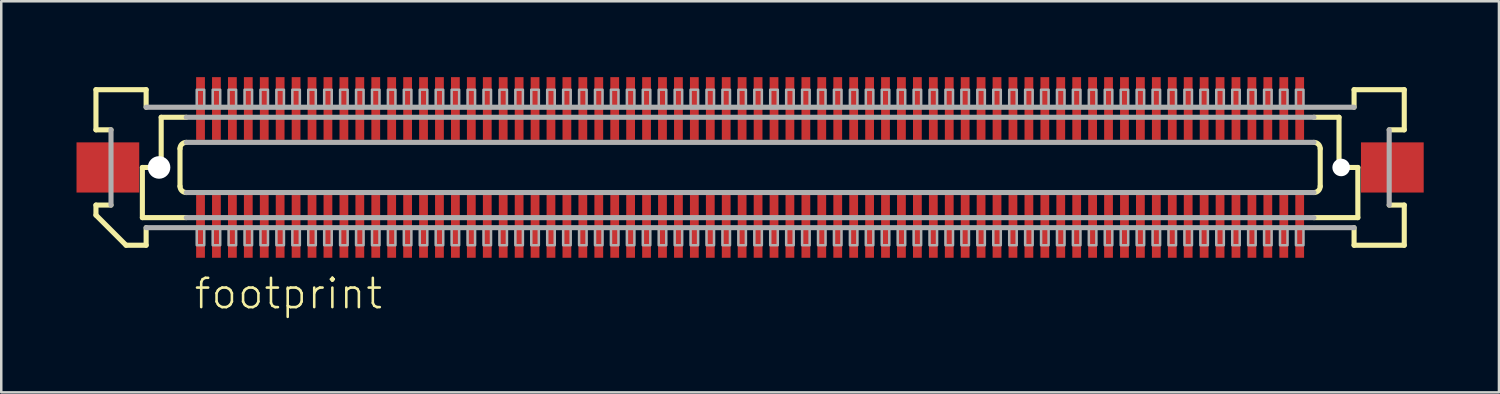
<source format=kicad_pcb>
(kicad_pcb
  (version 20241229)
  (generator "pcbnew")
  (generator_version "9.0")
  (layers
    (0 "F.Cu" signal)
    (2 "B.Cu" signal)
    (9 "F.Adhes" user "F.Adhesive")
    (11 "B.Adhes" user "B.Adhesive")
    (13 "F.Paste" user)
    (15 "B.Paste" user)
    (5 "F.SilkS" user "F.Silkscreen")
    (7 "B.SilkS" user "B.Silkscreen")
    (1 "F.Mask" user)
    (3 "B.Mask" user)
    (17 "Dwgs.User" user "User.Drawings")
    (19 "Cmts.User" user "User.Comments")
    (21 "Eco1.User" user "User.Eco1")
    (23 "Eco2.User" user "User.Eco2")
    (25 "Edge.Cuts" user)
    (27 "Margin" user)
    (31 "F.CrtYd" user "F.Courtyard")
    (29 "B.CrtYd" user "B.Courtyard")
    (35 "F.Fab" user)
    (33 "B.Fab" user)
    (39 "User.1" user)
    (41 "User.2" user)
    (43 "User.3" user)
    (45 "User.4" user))
  (footprint "footprint"
    (layer "F.Cu")
    (at 26.85 3.625)
    (property "Reference" "footprint" (at -22.225 5.715 0) (layer "F.SilkS") (effects (font (size 1.168 1.168) (thickness 0.102)) (justify left bottom)))
    (fp_poly (pts (xy -22.108 3.625) (xy -21.707 3.625) (xy -21.707 1.075) (xy -22.108 1.075)) (stroke (width 0) (type solid)) (fill yes) (layer "F.Mask"))
    (fp_poly (pts (xy -21.707 -3.625) (xy -22.108 -3.625) (xy -22.108 -1.075) (xy -21.707 -1.075)) (stroke (width 0) (type solid)) (fill yes) (layer "F.Mask"))
    (fp_poly (pts (xy -21.473 3.625) (xy -21.073 3.625) (xy -21.073 1.075) (xy -21.473 1.075)) (stroke (width 0) (type solid)) (fill yes) (layer "F.Mask"))
    (fp_poly (pts (xy -21.073 -3.625) (xy -21.473 -3.625) (xy -21.473 -1.075) (xy -21.073 -1.075)) (stroke (width 0) (type solid)) (fill yes) (layer "F.Mask"))
    (fp_poly (pts (xy -20.837 3.625) (xy -20.438 3.625) (xy -20.438 1.075) (xy -20.837 1.075)) (stroke (width 0) (type solid)) (fill yes) (layer "F.Mask"))
    (fp_poly (pts (xy -20.438 -3.625) (xy -20.837 -3.625) (xy -20.837 -1.075) (xy -20.438 -1.075)) (stroke (width 0) (type solid)) (fill yes) (layer "F.Mask"))
    (fp_poly (pts (xy -20.203 3.625) (xy -19.802 3.625) (xy -19.802 1.075) (xy -20.203 1.075)) (stroke (width 0) (type solid)) (fill yes) (layer "F.Mask"))
    (fp_poly (pts (xy -19.802 -3.625) (xy -20.203 -3.625) (xy -20.203 -1.075) (xy -19.802 -1.075)) (stroke (width 0) (type solid)) (fill yes) (layer "F.Mask"))
    (fp_poly (pts (xy -19.567 3.625) (xy -19.168 3.625) (xy -19.168 1.075) (xy -19.567 1.075)) (stroke (width 0) (type solid)) (fill yes) (layer "F.Mask"))
    (fp_poly (pts (xy -19.168 -3.625) (xy -19.567 -3.625) (xy -19.567 -1.075) (xy -19.168 -1.075)) (stroke (width 0) (type solid)) (fill yes) (layer "F.Mask"))
    (fp_poly (pts (xy -18.933 3.625) (xy -18.532 3.625) (xy -18.532 1.075) (xy -18.933 1.075)) (stroke (width 0) (type solid)) (fill yes) (layer "F.Mask"))
    (fp_poly (pts (xy -18.532 -3.625) (xy -18.933 -3.625) (xy -18.933 -1.075) (xy -18.532 -1.075)) (stroke (width 0) (type solid)) (fill yes) (layer "F.Mask"))
    (fp_poly (pts (xy -18.297 3.625) (xy -17.898 3.625) (xy -17.898 1.075) (xy -18.297 1.075)) (stroke (width 0) (type solid)) (fill yes) (layer "F.Mask"))
    (fp_poly (pts (xy -17.898 -3.625) (xy -18.297 -3.625) (xy -18.297 -1.075) (xy -17.898 -1.075)) (stroke (width 0) (type solid)) (fill yes) (layer "F.Mask"))
    (fp_poly (pts (xy -17.663 3.625) (xy -17.262 3.625) (xy -17.262 1.075) (xy -17.663 1.075)) (stroke (width 0) (type solid)) (fill yes) (layer "F.Mask"))
    (fp_poly (pts (xy -17.262 -3.625) (xy -17.663 -3.625) (xy -17.663 -1.075) (xy -17.262 -1.075)) (stroke (width 0) (type solid)) (fill yes) (layer "F.Mask"))
    (fp_poly (pts (xy -17.027 3.625) (xy -16.628 3.625) (xy -16.628 1.075) (xy -17.027 1.075)) (stroke (width 0) (type solid)) (fill yes) (layer "F.Mask"))
    (fp_poly (pts (xy -16.628 -3.625) (xy -17.027 -3.625) (xy -17.027 -1.075) (xy -16.628 -1.075)) (stroke (width 0) (type solid)) (fill yes) (layer "F.Mask"))
    (fp_poly (pts (xy -16.392 3.625) (xy -15.992 3.625) (xy -15.992 1.075) (xy -16.392 1.075)) (stroke (width 0) (type solid)) (fill yes) (layer "F.Mask"))
    (fp_poly (pts (xy -15.992 -3.625) (xy -16.392 -3.625) (xy -16.392 -1.075) (xy -15.992 -1.075)) (stroke (width 0) (type solid)) (fill yes) (layer "F.Mask"))
    (fp_poly (pts (xy -15.758 3.625) (xy -15.357 3.625) (xy -15.357 1.075) (xy -15.758 1.075)) (stroke (width 0) (type solid)) (fill yes) (layer "F.Mask"))
    (fp_poly (pts (xy -15.357 -3.625) (xy -15.758 -3.625) (xy -15.758 -1.075) (xy -15.357 -1.075)) (stroke (width 0) (type solid)) (fill yes) (layer "F.Mask"))
    (fp_poly (pts (xy -15.123 3.625) (xy -14.723 3.625) (xy -14.723 1.075) (xy -15.123 1.075)) (stroke (width 0) (type solid)) (fill yes) (layer "F.Mask"))
    (fp_poly (pts (xy -14.723 -3.625) (xy -15.123 -3.625) (xy -15.123 -1.075) (xy -14.723 -1.075)) (stroke (width 0) (type solid)) (fill yes) (layer "F.Mask"))
    (fp_poly (pts (xy -14.488 3.625) (xy -14.088 3.625) (xy -14.088 1.075) (xy -14.488 1.075)) (stroke (width 0) (type solid)) (fill yes) (layer "F.Mask"))
    (fp_poly (pts (xy -14.088 -3.625) (xy -14.488 -3.625) (xy -14.488 -1.075) (xy -14.088 -1.075)) (stroke (width 0) (type solid)) (fill yes) (layer "F.Mask"))
    (fp_poly (pts (xy -13.852 3.625) (xy -13.453 3.625) (xy -13.453 1.075) (xy -13.852 1.075)) (stroke (width 0) (type solid)) (fill yes) (layer "F.Mask"))
    (fp_poly (pts (xy -13.453 -3.625) (xy -13.852 -3.625) (xy -13.852 -1.075) (xy -13.453 -1.075)) (stroke (width 0) (type solid)) (fill yes) (layer "F.Mask"))
    (fp_poly (pts (xy -13.217 3.625) (xy -12.818 3.625) (xy -12.818 1.075) (xy -13.217 1.075)) (stroke (width 0) (type solid)) (fill yes) (layer "F.Mask"))
    (fp_poly (pts (xy -12.818 -3.625) (xy -13.217 -3.625) (xy -13.217 -1.075) (xy -12.818 -1.075)) (stroke (width 0) (type solid)) (fill yes) (layer "F.Mask"))
    (fp_poly (pts (xy -12.582 3.625) (xy -12.182 3.625) (xy -12.182 1.075) (xy -12.582 1.075)) (stroke (width 0) (type solid)) (fill yes) (layer "F.Mask"))
    (fp_poly (pts (xy -12.182 -3.625) (xy -12.582 -3.625) (xy -12.582 -1.075) (xy -12.182 -1.075)) (stroke (width 0) (type solid)) (fill yes) (layer "F.Mask"))
    (fp_poly (pts (xy -11.947 3.625) (xy -11.547 3.625) (xy -11.547 1.075) (xy -11.947 1.075)) (stroke (width 0) (type solid)) (fill yes) (layer "F.Mask"))
    (fp_poly (pts (xy -11.547 -3.625) (xy -11.947 -3.625) (xy -11.947 -1.075) (xy -11.547 -1.075)) (stroke (width 0) (type solid)) (fill yes) (layer "F.Mask"))
    (fp_poly (pts (xy -11.312 3.625) (xy -10.912 3.625) (xy -10.912 1.075) (xy -11.312 1.075)) (stroke (width 0) (type solid)) (fill yes) (layer "F.Mask"))
    (fp_poly (pts (xy -10.912 -3.625) (xy -11.312 -3.625) (xy -11.312 -1.075) (xy -10.912 -1.075)) (stroke (width 0) (type solid)) (fill yes) (layer "F.Mask"))
    (fp_poly (pts (xy -10.678 3.625) (xy -10.277 3.625) (xy -10.277 1.075) (xy -10.678 1.075)) (stroke (width 0) (type solid)) (fill yes) (layer "F.Mask"))
    (fp_poly (pts (xy -10.277 -3.625) (xy -10.678 -3.625) (xy -10.678 -1.075) (xy -10.277 -1.075)) (stroke (width 0) (type solid)) (fill yes) (layer "F.Mask"))
    (fp_poly (pts (xy -10.043 3.625) (xy -9.643 3.625) (xy -9.643 1.075) (xy -10.043 1.075)) (stroke (width 0) (type solid)) (fill yes) (layer "F.Mask"))
    (fp_poly (pts (xy -9.643 -3.625) (xy -10.043 -3.625) (xy -10.043 -1.075) (xy -9.643 -1.075)) (stroke (width 0) (type solid)) (fill yes) (layer "F.Mask"))
    (fp_poly (pts (xy -9.408 3.625) (xy -9.008 3.625) (xy -9.008 1.075) (xy -9.408 1.075)) (stroke (width 0) (type solid)) (fill yes) (layer "F.Mask"))
    (fp_poly (pts (xy -9.008 -3.625) (xy -9.408 -3.625) (xy -9.408 -1.075) (xy -9.008 -1.075)) (stroke (width 0) (type solid)) (fill yes) (layer "F.Mask"))
    (fp_poly (pts (xy -8.773 3.625) (xy -8.373 3.625) (xy -8.373 1.075) (xy -8.773 1.075)) (stroke (width 0) (type solid)) (fill yes) (layer "F.Mask"))
    (fp_poly (pts (xy -8.373 -3.625) (xy -8.773 -3.625) (xy -8.773 -1.075) (xy -8.373 -1.075)) (stroke (width 0) (type solid)) (fill yes) (layer "F.Mask"))
    (fp_poly (pts (xy -8.137 3.625) (xy -7.737 3.625) (xy -7.737 1.075) (xy -8.137 1.075)) (stroke (width 0) (type solid)) (fill yes) (layer "F.Mask"))
    (fp_poly (pts (xy -7.737 -3.625) (xy -8.137 -3.625) (xy -8.137 -1.075) (xy -7.737 -1.075)) (stroke (width 0) (type solid)) (fill yes) (layer "F.Mask"))
    (fp_poly (pts (xy -7.503 3.625) (xy -7.103 3.625) (xy -7.103 1.075) (xy -7.503 1.075)) (stroke (width 0) (type solid)) (fill yes) (layer "F.Mask"))
    (fp_poly (pts (xy -7.103 -3.625) (xy -7.503 -3.625) (xy -7.503 -1.075) (xy -7.103 -1.075)) (stroke (width 0) (type solid)) (fill yes) (layer "F.Mask"))
    (fp_poly (pts (xy -6.867 3.625) (xy -6.468 3.625) (xy -6.468 1.075) (xy -6.867 1.075)) (stroke (width 0) (type solid)) (fill yes) (layer "F.Mask"))
    (fp_poly (pts (xy -6.468 -3.625) (xy -6.867 -3.625) (xy -6.867 -1.075) (xy -6.468 -1.075)) (stroke (width 0) (type solid)) (fill yes) (layer "F.Mask"))
    (fp_poly (pts (xy -6.232 3.625) (xy -5.832 3.625) (xy -5.832 1.075) (xy -6.232 1.075)) (stroke (width 0) (type solid)) (fill yes) (layer "F.Mask"))
    (fp_poly (pts (xy -5.832 -3.625) (xy -6.232 -3.625) (xy -6.232 -1.075) (xy -5.832 -1.075)) (stroke (width 0) (type solid)) (fill yes) (layer "F.Mask"))
    (fp_poly (pts (xy -5.598 3.625) (xy -5.197 3.625) (xy -5.197 1.075) (xy -5.598 1.075)) (stroke (width 0) (type solid)) (fill yes) (layer "F.Mask"))
    (fp_poly (pts (xy -5.197 -3.625) (xy -5.598 -3.625) (xy -5.598 -1.075) (xy -5.197 -1.075)) (stroke (width 0) (type solid)) (fill yes) (layer "F.Mask"))
    (fp_poly (pts (xy -4.963 3.625) (xy -4.562 3.625) (xy -4.562 1.075) (xy -4.963 1.075)) (stroke (width 0) (type solid)) (fill yes) (layer "F.Mask"))
    (fp_poly (pts (xy -4.562 -3.625) (xy -4.963 -3.625) (xy -4.963 -1.075) (xy -4.562 -1.075)) (stroke (width 0) (type solid)) (fill yes) (layer "F.Mask"))
    (fp_poly (pts (xy -4.327 3.625) (xy -3.928 3.625) (xy -3.928 1.075) (xy -4.327 1.075)) (stroke (width 0) (type solid)) (fill yes) (layer "F.Mask"))
    (fp_poly (pts (xy -3.928 -3.625) (xy -4.327 -3.625) (xy -4.327 -1.075) (xy -3.928 -1.075)) (stroke (width 0) (type solid)) (fill yes) (layer "F.Mask"))
    (fp_poly (pts (xy -3.692 3.625) (xy -3.292 3.625) (xy -3.292 1.075) (xy -3.692 1.075)) (stroke (width 0) (type solid)) (fill yes) (layer "F.Mask"))
    (fp_poly (pts (xy -3.292 -3.625) (xy -3.692 -3.625) (xy -3.692 -1.075) (xy -3.292 -1.075)) (stroke (width 0) (type solid)) (fill yes) (layer "F.Mask"))
    (fp_poly (pts (xy -3.058 3.625) (xy -2.658 3.625) (xy -2.658 1.075) (xy -3.058 1.075)) (stroke (width 0) (type solid)) (fill yes) (layer "F.Mask"))
    (fp_poly (pts (xy -2.658 -3.625) (xy -3.058 -3.625) (xy -3.058 -1.075) (xy -2.658 -1.075)) (stroke (width 0) (type solid)) (fill yes) (layer "F.Mask"))
    (fp_poly (pts (xy -2.422 3.625) (xy -2.022 3.625) (xy -2.022 1.075) (xy -2.422 1.075)) (stroke (width 0) (type solid)) (fill yes) (layer "F.Mask"))
    (fp_poly (pts (xy -2.022 -3.625) (xy -2.422 -3.625) (xy -2.422 -1.075) (xy -2.022 -1.075)) (stroke (width 0) (type solid)) (fill yes) (layer "F.Mask"))
    (fp_poly (pts (xy -1.788 3.625) (xy -1.387 3.625) (xy -1.387 1.075) (xy -1.788 1.075)) (stroke (width 0) (type solid)) (fill yes) (layer "F.Mask"))
    (fp_poly (pts (xy -1.387 -3.625) (xy -1.788 -3.625) (xy -1.788 -1.075) (xy -1.387 -1.075)) (stroke (width 0) (type solid)) (fill yes) (layer "F.Mask"))
    (fp_poly (pts (xy -1.153 3.625) (xy -0.752 3.625) (xy -0.752 1.075) (xy -1.153 1.075)) (stroke (width 0) (type solid)) (fill yes) (layer "F.Mask"))
    (fp_poly (pts (xy -0.752 -3.625) (xy -1.153 -3.625) (xy -1.153 -1.075) (xy -0.752 -1.075)) (stroke (width 0) (type solid)) (fill yes) (layer "F.Mask"))
    (fp_poly (pts (xy -0.517 3.625) (xy -0.117 3.625) (xy -0.117 1.075) (xy -0.517 1.075)) (stroke (width 0) (type solid)) (fill yes) (layer "F.Mask"))
    (fp_poly (pts (xy -0.117 -3.625) (xy -0.517 -3.625) (xy -0.517 -1.075) (xy -0.117 -1.075)) (stroke (width 0) (type solid)) (fill yes) (layer "F.Mask"))
    (fp_poly (pts (xy 0.117 3.625) (xy 0.517 3.625) (xy 0.517 1.075) (xy 0.117 1.075)) (stroke (width 0) (type solid)) (fill yes) (layer "F.Mask"))
    (fp_poly (pts (xy 0.517 -3.625) (xy 0.117 -3.625) (xy 0.117 -1.075) (xy 0.517 -1.075)) (stroke (width 0) (type solid)) (fill yes) (layer "F.Mask"))
    (fp_poly (pts (xy 0.752 3.625) (xy 1.153 3.625) (xy 1.153 1.075) (xy 0.752 1.075)) (stroke (width 0) (type solid)) (fill yes) (layer "F.Mask"))
    (fp_poly (pts (xy 1.153 -3.625) (xy 0.752 -3.625) (xy 0.752 -1.075) (xy 1.153 -1.075)) (stroke (width 0) (type solid)) (fill yes) (layer "F.Mask"))
    (fp_poly (pts (xy 1.387 3.625) (xy 1.788 3.625) (xy 1.788 1.075) (xy 1.387 1.075)) (stroke (width 0) (type solid)) (fill yes) (layer "F.Mask"))
    (fp_poly (pts (xy 1.788 -3.625) (xy 1.387 -3.625) (xy 1.387 -1.075) (xy 1.788 -1.075)) (stroke (width 0) (type solid)) (fill yes) (layer "F.Mask"))
    (fp_poly (pts (xy 2.022 3.625) (xy 2.422 3.625) (xy 2.422 1.075) (xy 2.022 1.075)) (stroke (width 0) (type solid)) (fill yes) (layer "F.Mask"))
    (fp_poly (pts (xy 2.422 -3.625) (xy 2.022 -3.625) (xy 2.022 -1.075) (xy 2.422 -1.075)) (stroke (width 0) (type solid)) (fill yes) (layer "F.Mask"))
    (fp_poly (pts (xy 2.658 3.625) (xy 3.058 3.625) (xy 3.058 1.075) (xy 2.658 1.075)) (stroke (width 0) (type solid)) (fill yes) (layer "F.Mask"))
    (fp_poly (pts (xy 3.058 -3.625) (xy 2.658 -3.625) (xy 2.658 -1.075) (xy 3.058 -1.075)) (stroke (width 0) (type solid)) (fill yes) (layer "F.Mask"))
    (fp_poly (pts (xy 3.292 3.625) (xy 3.692 3.625) (xy 3.692 1.075) (xy 3.292 1.075)) (stroke (width 0) (type solid)) (fill yes) (layer "F.Mask"))
    (fp_poly (pts (xy 3.692 -3.625) (xy 3.292 -3.625) (xy 3.292 -1.075) (xy 3.692 -1.075)) (stroke (width 0) (type solid)) (fill yes) (layer "F.Mask"))
    (fp_poly (pts (xy 3.928 3.625) (xy 4.327 3.625) (xy 4.327 1.075) (xy 3.928 1.075)) (stroke (width 0) (type solid)) (fill yes) (layer "F.Mask"))
    (fp_poly (pts (xy 4.327 -3.625) (xy 3.928 -3.625) (xy 3.928 -1.075) (xy 4.327 -1.075)) (stroke (width 0) (type solid)) (fill yes) (layer "F.Mask"))
    (fp_poly (pts (xy 4.562 3.625) (xy 4.963 3.625) (xy 4.963 1.075) (xy 4.562 1.075)) (stroke (width 0) (type solid)) (fill yes) (layer "F.Mask"))
    (fp_poly (pts (xy 4.963 -3.625) (xy 4.562 -3.625) (xy 4.562 -1.075) (xy 4.963 -1.075)) (stroke (width 0) (type solid)) (fill yes) (layer "F.Mask"))
    (fp_poly (pts (xy 5.197 3.625) (xy 5.598 3.625) (xy 5.598 1.075) (xy 5.197 1.075)) (stroke (width 0) (type solid)) (fill yes) (layer "F.Mask"))
    (fp_poly (pts (xy 5.598 -3.625) (xy 5.197 -3.625) (xy 5.197 -1.075) (xy 5.598 -1.075)) (stroke (width 0) (type solid)) (fill yes) (layer "F.Mask"))
    (fp_poly (pts (xy 5.832 3.625) (xy 6.232 3.625) (xy 6.232 1.075) (xy 5.832 1.075)) (stroke (width 0) (type solid)) (fill yes) (layer "F.Mask"))
    (fp_poly (pts (xy 6.232 -3.625) (xy 5.832 -3.625) (xy 5.832 -1.075) (xy 6.232 -1.075)) (stroke (width 0) (type solid)) (fill yes) (layer "F.Mask"))
    (fp_poly (pts (xy 6.468 3.625) (xy 6.867 3.625) (xy 6.867 1.075) (xy 6.468 1.075)) (stroke (width 0) (type solid)) (fill yes) (layer "F.Mask"))
    (fp_poly (pts (xy 6.867 -3.625) (xy 6.468 -3.625) (xy 6.468 -1.075) (xy 6.867 -1.075)) (stroke (width 0) (type solid)) (fill yes) (layer "F.Mask"))
    (fp_poly (pts (xy 7.103 3.625) (xy 7.503 3.625) (xy 7.503 1.075) (xy 7.103 1.075)) (stroke (width 0) (type solid)) (fill yes) (layer "F.Mask"))
    (fp_poly (pts (xy 7.503 -3.625) (xy 7.103 -3.625) (xy 7.103 -1.075) (xy 7.503 -1.075)) (stroke (width 0) (type solid)) (fill yes) (layer "F.Mask"))
    (fp_poly (pts (xy 7.737 3.625) (xy 8.137 3.625) (xy 8.137 1.075) (xy 7.737 1.075)) (stroke (width 0) (type solid)) (fill yes) (layer "F.Mask"))
    (fp_poly (pts (xy 8.137 -3.625) (xy 7.737 -3.625) (xy 7.737 -1.075) (xy 8.137 -1.075)) (stroke (width 0) (type solid)) (fill yes) (layer "F.Mask"))
    (fp_poly (pts (xy 8.373 3.625) (xy 8.773 3.625) (xy 8.773 1.075) (xy 8.373 1.075)) (stroke (width 0) (type solid)) (fill yes) (layer "F.Mask"))
    (fp_poly (pts (xy 8.773 -3.625) (xy 8.373 -3.625) (xy 8.373 -1.075) (xy 8.773 -1.075)) (stroke (width 0) (type solid)) (fill yes) (layer "F.Mask"))
    (fp_poly (pts (xy 9.008 3.625) (xy 9.408 3.625) (xy 9.408 1.075) (xy 9.008 1.075)) (stroke (width 0) (type solid)) (fill yes) (layer "F.Mask"))
    (fp_poly (pts (xy 9.408 -3.625) (xy 9.008 -3.625) (xy 9.008 -1.075) (xy 9.408 -1.075)) (stroke (width 0) (type solid)) (fill yes) (layer "F.Mask"))
    (fp_poly (pts (xy 9.643 3.625) (xy 10.043 3.625) (xy 10.043 1.075) (xy 9.643 1.075)) (stroke (width 0) (type solid)) (fill yes) (layer "F.Mask"))
    (fp_poly (pts (xy 10.043 -3.625) (xy 9.643 -3.625) (xy 9.643 -1.075) (xy 10.043 -1.075)) (stroke (width 0) (type solid)) (fill yes) (layer "F.Mask"))
    (fp_poly (pts (xy 10.277 3.625) (xy 10.678 3.625) (xy 10.678 1.075) (xy 10.277 1.075)) (stroke (width 0) (type solid)) (fill yes) (layer "F.Mask"))
    (fp_poly (pts (xy 10.678 -3.625) (xy 10.277 -3.625) (xy 10.277 -1.075) (xy 10.678 -1.075)) (stroke (width 0) (type solid)) (fill yes) (layer "F.Mask"))
    (fp_poly (pts (xy 10.912 3.625) (xy 11.312 3.625) (xy 11.312 1.075) (xy 10.912 1.075)) (stroke (width 0) (type solid)) (fill yes) (layer "F.Mask"))
    (fp_poly (pts (xy 11.312 -3.625) (xy 10.912 -3.625) (xy 10.912 -1.075) (xy 11.312 -1.075)) (stroke (width 0) (type solid)) (fill yes) (layer "F.Mask"))
    (fp_poly (pts (xy 11.547 3.625) (xy 11.947 3.625) (xy 11.947 1.075) (xy 11.547 1.075)) (stroke (width 0) (type solid)) (fill yes) (layer "F.Mask"))
    (fp_poly (pts (xy 11.947 -3.625) (xy 11.547 -3.625) (xy 11.547 -1.075) (xy 11.947 -1.075)) (stroke (width 0) (type solid)) (fill yes) (layer "F.Mask"))
    (fp_poly (pts (xy 12.182 3.625) (xy 12.582 3.625) (xy 12.582 1.075) (xy 12.182 1.075)) (stroke (width 0) (type solid)) (fill yes) (layer "F.Mask"))
    (fp_poly (pts (xy 12.582 -3.625) (xy 12.182 -3.625) (xy 12.182 -1.075) (xy 12.582 -1.075)) (stroke (width 0) (type solid)) (fill yes) (layer "F.Mask"))
    (fp_poly (pts (xy 12.818 3.625) (xy 13.217 3.625) (xy 13.217 1.075) (xy 12.818 1.075)) (stroke (width 0) (type solid)) (fill yes) (layer "F.Mask"))
    (fp_poly (pts (xy 13.217 -3.625) (xy 12.818 -3.625) (xy 12.818 -1.075) (xy 13.217 -1.075)) (stroke (width 0) (type solid)) (fill yes) (layer "F.Mask"))
    (fp_poly (pts (xy 13.453 3.625) (xy 13.852 3.625) (xy 13.852 1.075) (xy 13.453 1.075)) (stroke (width 0) (type solid)) (fill yes) (layer "F.Mask"))
    (fp_poly (pts (xy 13.852 -3.625) (xy 13.453 -3.625) (xy 13.453 -1.075) (xy 13.852 -1.075)) (stroke (width 0) (type solid)) (fill yes) (layer "F.Mask"))
    (fp_poly (pts (xy 14.088 3.625) (xy 14.488 3.625) (xy 14.488 1.075) (xy 14.088 1.075)) (stroke (width 0) (type solid)) (fill yes) (layer "F.Mask"))
    (fp_poly (pts (xy 14.488 -3.625) (xy 14.088 -3.625) (xy 14.088 -1.075) (xy 14.488 -1.075)) (stroke (width 0) (type solid)) (fill yes) (layer "F.Mask"))
    (fp_poly (pts (xy 14.723 3.625) (xy 15.123 3.625) (xy 15.123 1.075) (xy 14.723 1.075)) (stroke (width 0) (type solid)) (fill yes) (layer "F.Mask"))
    (fp_poly (pts (xy 15.123 -3.625) (xy 14.723 -3.625) (xy 14.723 -1.075) (xy 15.123 -1.075)) (stroke (width 0) (type solid)) (fill yes) (layer "F.Mask"))
    (fp_poly (pts (xy 15.357 3.625) (xy 15.758 3.625) (xy 15.758 1.075) (xy 15.357 1.075)) (stroke (width 0) (type solid)) (fill yes) (layer "F.Mask"))
    (fp_poly (pts (xy 15.758 -3.625) (xy 15.357 -3.625) (xy 15.357 -1.075) (xy 15.758 -1.075)) (stroke (width 0) (type solid)) (fill yes) (layer "F.Mask"))
    (fp_poly (pts (xy 15.992 3.625) (xy 16.392 3.625) (xy 16.392 1.075) (xy 15.992 1.075)) (stroke (width 0) (type solid)) (fill yes) (layer "F.Mask"))
    (fp_poly (pts (xy 16.392 -3.625) (xy 15.992 -3.625) (xy 15.992 -1.075) (xy 16.392 -1.075)) (stroke (width 0) (type solid)) (fill yes) (layer "F.Mask"))
    (fp_poly (pts (xy 16.628 3.625) (xy 17.027 3.625) (xy 17.027 1.075) (xy 16.628 1.075)) (stroke (width 0) (type solid)) (fill yes) (layer "F.Mask"))
    (fp_poly (pts (xy 17.027 -3.625) (xy 16.628 -3.625) (xy 16.628 -1.075) (xy 17.027 -1.075)) (stroke (width 0) (type solid)) (fill yes) (layer "F.Mask"))
    (fp_poly (pts (xy 17.262 3.625) (xy 17.663 3.625) (xy 17.663 1.075) (xy 17.262 1.075)) (stroke (width 0) (type solid)) (fill yes) (layer "F.Mask"))
    (fp_poly (pts (xy 17.663 -3.625) (xy 17.262 -3.625) (xy 17.262 -1.075) (xy 17.663 -1.075)) (stroke (width 0) (type solid)) (fill yes) (layer "F.Mask"))
    (fp_poly (pts (xy 17.898 3.625) (xy 18.297 3.625) (xy 18.297 1.075) (xy 17.898 1.075)) (stroke (width 0) (type solid)) (fill yes) (layer "F.Mask"))
    (fp_poly (pts (xy 18.297 -3.625) (xy 17.898 -3.625) (xy 17.898 -1.075) (xy 18.297 -1.075)) (stroke (width 0) (type solid)) (fill yes) (layer "F.Mask"))
    (fp_poly (pts (xy 18.532 3.625) (xy 18.933 3.625) (xy 18.933 1.075) (xy 18.532 1.075)) (stroke (width 0) (type solid)) (fill yes) (layer "F.Mask"))
    (fp_poly (pts (xy 18.933 -3.625) (xy 18.532 -3.625) (xy 18.532 -1.075) (xy 18.933 -1.075)) (stroke (width 0) (type solid)) (fill yes) (layer "F.Mask"))
    (fp_poly (pts (xy 19.168 3.625) (xy 19.567 3.625) (xy 19.567 1.075) (xy 19.168 1.075)) (stroke (width 0) (type solid)) (fill yes) (layer "F.Mask"))
    (fp_poly (pts (xy 19.567 -3.625) (xy 19.168 -3.625) (xy 19.168 -1.075) (xy 19.567 -1.075)) (stroke (width 0) (type solid)) (fill yes) (layer "F.Mask"))
    (fp_poly (pts (xy 19.802 3.625) (xy 20.203 3.625) (xy 20.203 1.075) (xy 19.802 1.075)) (stroke (width 0) (type solid)) (fill yes) (layer "F.Mask"))
    (fp_poly (pts (xy 20.203 -3.625) (xy 19.802 -3.625) (xy 19.802 -1.075) (xy 20.203 -1.075)) (stroke (width 0) (type solid)) (fill yes) (layer "F.Mask"))
    (fp_poly (pts (xy 20.438 3.625) (xy 20.837 3.625) (xy 20.837 1.075) (xy 20.438 1.075)) (stroke (width 0) (type solid)) (fill yes) (layer "F.Mask"))
    (fp_poly (pts (xy 20.837 -3.625) (xy 20.438 -3.625) (xy 20.438 -1.075) (xy 20.837 -1.075)) (stroke (width 0) (type solid)) (fill yes) (layer "F.Mask"))
    (fp_poly (pts (xy 21.073 3.625) (xy 21.473 3.625) (xy 21.473 1.075) (xy 21.073 1.075)) (stroke (width 0) (type solid)) (fill yes) (layer "F.Mask"))
    (fp_poly (pts (xy 21.473 -3.625) (xy 21.073 -3.625) (xy 21.073 -1.075) (xy 21.473 -1.075)) (stroke (width 0) (type solid)) (fill yes) (layer "F.Mask"))
    (fp_poly (pts (xy 21.707 3.625) (xy 22.108 3.625) (xy 22.108 1.075) (xy 21.707 1.075)) (stroke (width 0) (type solid)) (fill yes) (layer "F.Mask"))
    (fp_poly (pts (xy 22.108 -3.625) (xy 21.707 -3.625) (xy 21.707 -1.075) (xy 22.108 -1.075)) (stroke (width 0) (type solid)) (fill yes) (layer "F.Mask"))
    (fp_line (start -26.075 -3.1) (end -24.075 -3.1) (stroke (width 0.203) (type solid)) (layer "F.SilkS"))
    (fp_line (start -26.075 -1.5) (end -26.075 -3.1) (stroke (width 0.203) (type solid)) (layer "F.SilkS"))
    (fp_line (start -26.075 1.5) (end -25.475 1.5) (stroke (width 0.203) (type solid)) (layer "F.SilkS"))
    (fp_line (start -26.075 1.9) (end -26.075 1.5) (stroke (width 0.203) (type solid)) (layer "F.SilkS"))
    (fp_line (start -25.475 -1.5) (end -26.075 -1.5) (stroke (width 0.203) (type solid)) (layer "F.SilkS"))
    (fp_line (start -24.875 3.1) (end -26.075 1.9) (stroke (width 0.203) (type solid)) (layer "F.SilkS"))
    (fp_line (start -24.225 0) (end -24.225 2) (stroke (width 0.203) (type solid)) (layer "F.SilkS"))
    (fp_line (start -24.225 2) (end -22.475 2) (stroke (width 0.203) (type solid)) (layer "F.SilkS"))
    (fp_line (start -24.075 -3.1) (end -24.075 -2.4) (stroke (width 0.203) (type solid)) (layer "F.SilkS"))
    (fp_line (start -24.075 2.4) (end -24.075 3.1) (stroke (width 0.203) (type solid)) (layer "F.SilkS"))
    (fp_line (start -24.075 3.1) (end -24.875 3.1) (stroke (width 0.203) (type solid)) (layer "F.SilkS"))
    (fp_line (start -23.475 -2) (end -23.475 0) (stroke (width 0.203) (type solid)) (layer "F.SilkS"))
    (fp_line (start -23.475 0) (end -24.225 0) (stroke (width 0.203) (type solid)) (layer "F.SilkS"))
    (fp_line (start -22.725 0.75) (end -22.725 -0.75) (stroke (width 0.203) (type solid)) (layer "F.SilkS"))
    (fp_line (start -22.475 -2) (end -23.475 -2) (stroke (width 0.203) (type solid)) (layer "F.SilkS"))
    (fp_line (start 22.475 2) (end 24.225 2) (stroke (width 0.203) (type solid)) (layer "F.SilkS"))
    (fp_line (start 22.725 -0.75) (end 22.725 0.75) (stroke (width 0.203) (type solid)) (layer "F.SilkS"))
    (fp_line (start 23.475 -2) (end 22.475 -2) (stroke (width 0.203) (type solid)) (layer "F.SilkS"))
    (fp_line (start 23.475 -2) (end 23.475 0) (stroke (width 0.203) (type solid)) (layer "F.SilkS"))
    (fp_line (start 24.075 -3.1) (end 26.075 -3.1) (stroke (width 0.203) (type solid)) (layer "F.SilkS"))
    (fp_line (start 24.075 -2.4) (end 24.075 -3.1) (stroke (width 0.203) (type solid)) (layer "F.SilkS"))
    (fp_line (start 24.075 3.1) (end 24.075 2.4) (stroke (width 0.203) (type solid)) (layer "F.SilkS"))
    (fp_line (start 24.225 0) (end 23.475 0) (stroke (width 0.203) (type solid)) (layer "F.SilkS"))
    (fp_line (start 24.225 0) (end 24.225 2) (stroke (width 0.203) (type solid)) (layer "F.SilkS"))
    (fp_line (start 25.475 1.5) (end 26.075 1.5) (stroke (width 0.203) (type solid)) (layer "F.SilkS"))
    (fp_line (start 26.075 -3.1) (end 26.075 -1.5) (stroke (width 0.203) (type solid)) (layer "F.SilkS"))
    (fp_line (start 26.075 -1.5) (end 25.475 -1.5) (stroke (width 0.203) (type solid)) (layer "F.SilkS"))
    (fp_line (start 26.075 1.5) (end 26.075 3.1) (stroke (width 0.203) (type solid)) (layer "F.SilkS"))
    (fp_line (start 26.075 3.1) (end 24.075 3.1) (stroke (width 0.203) (type solid)) (layer "F.SilkS"))
    (fp_arc (start -22.725 -0.75) (mid -22.651777 -0.926777) (end -22.475 -1) (stroke (width 0.2032) (type solid)) (layer "F.SilkS"))
    (fp_arc (start -22.475 1) (mid -22.651777 0.926777) (end -22.725 0.75) (stroke (width 0.2032) (type solid)) (layer "F.SilkS"))
    (fp_arc (start 22.475 -1) (mid 22.651777 -0.926777) (end 22.725 -0.75) (stroke (width 0.2032) (type solid)) (layer "F.SilkS"))
    (fp_arc (start 22.725 0.75) (mid 22.651777 0.926777) (end 22.475 1) (stroke (width 0.2032) (type solid)) (layer "F.SilkS"))
    (fp_line (start -25.475 1.5) (end -25.475 -1.5) (stroke (width 0.203) (type solid)) (layer "F.Fab"))
    (fp_line (start -24.075 -2.4) (end 24.075 -2.4) (stroke (width 0.203) (type solid)) (layer "F.Fab"))
    (fp_line (start -22.475 -1) (end 22.475 -1) (stroke (width 0.203) (type solid)) (layer "F.Fab"))
    (fp_line (start -22.475 2) (end 22.475 2) (stroke (width 0.203) (type solid)) (layer "F.Fab"))
    (fp_line (start 22.475 -2) (end -22.475 -2) (stroke (width 0.203) (type solid)) (layer "F.Fab"))
    (fp_line (start 22.475 1) (end -22.475 1) (stroke (width 0.203) (type solid)) (layer "F.Fab"))
    (fp_line (start 24.075 2.4) (end -24.075 2.4) (stroke (width 0.203) (type solid)) (layer "F.Fab"))
    (fp_line (start 25.475 -1.5) (end 25.475 1.5) (stroke (width 0.203) (type solid)) (layer "F.Fab"))
    (fp_poly (pts (xy -22.058 3.1) (xy -21.758 3.1) (xy -21.758 2.375) (xy -22.058 2.375)) (stroke (width 0.1) (type solid)) (fill no) (layer "F.Fab"))
    (fp_poly (pts (xy -21.758 -3.1) (xy -22.058 -3.1) (xy -22.058 -2.375) (xy -21.758 -2.375)) (stroke (width 0.1) (type solid)) (fill no) (layer "F.Fab"))
    (fp_poly (pts (xy -21.422 3.1) (xy -21.122 3.1) (xy -21.122 2.375) (xy -21.422 2.375)) (stroke (width 0.1) (type solid)) (fill no) (layer "F.Fab"))
    (fp_poly (pts (xy -21.122 -3.1) (xy -21.422 -3.1) (xy -21.422 -2.375) (xy -21.122 -2.375)) (stroke (width 0.1) (type solid)) (fill no) (layer "F.Fab"))
    (fp_poly (pts (xy -20.788 3.1) (xy -20.488 3.1) (xy -20.488 2.375) (xy -20.788 2.375)) (stroke (width 0.1) (type solid)) (fill no) (layer "F.Fab"))
    (fp_poly (pts (xy -20.488 -3.1) (xy -20.788 -3.1) (xy -20.788 -2.375) (xy -20.488 -2.375)) (stroke (width 0.1) (type solid)) (fill no) (layer "F.Fab"))
    (fp_poly (pts (xy -20.152 3.1) (xy -19.852 3.1) (xy -19.852 2.375) (xy -20.152 2.375)) (stroke (width 0.1) (type solid)) (fill no) (layer "F.Fab"))
    (fp_poly (pts (xy -19.852 -3.1) (xy -20.152 -3.1) (xy -20.152 -2.375) (xy -19.852 -2.375)) (stroke (width 0.1) (type solid)) (fill no) (layer "F.Fab"))
    (fp_poly (pts (xy -19.517 3.1) (xy -19.218 3.1) (xy -19.218 2.375) (xy -19.517 2.375)) (stroke (width 0.1) (type solid)) (fill no) (layer "F.Fab"))
    (fp_poly (pts (xy -19.218 -3.1) (xy -19.517 -3.1) (xy -19.517 -2.375) (xy -19.218 -2.375)) (stroke (width 0.1) (type solid)) (fill no) (layer "F.Fab"))
    (fp_poly (pts (xy -18.883 3.1) (xy -18.582 3.1) (xy -18.582 2.375) (xy -18.883 2.375)) (stroke (width 0.1) (type solid)) (fill no) (layer "F.Fab"))
    (fp_poly (pts (xy -18.582 -3.1) (xy -18.883 -3.1) (xy -18.883 -2.375) (xy -18.582 -2.375)) (stroke (width 0.1) (type solid)) (fill no) (layer "F.Fab"))
    (fp_poly (pts (xy -18.247 3.1) (xy -17.948 3.1) (xy -17.948 2.375) (xy -18.247 2.375)) (stroke (width 0.1) (type solid)) (fill no) (layer "F.Fab"))
    (fp_poly (pts (xy -17.948 -3.1) (xy -18.247 -3.1) (xy -18.247 -2.375) (xy -17.948 -2.375)) (stroke (width 0.1) (type solid)) (fill no) (layer "F.Fab"))
    (fp_poly (pts (xy -17.613 3.1) (xy -17.312 3.1) (xy -17.312 2.375) (xy -17.613 2.375)) (stroke (width 0.1) (type solid)) (fill no) (layer "F.Fab"))
    (fp_poly (pts (xy -17.312 -3.1) (xy -17.613 -3.1) (xy -17.613 -2.375) (xy -17.312 -2.375)) (stroke (width 0.1) (type solid)) (fill no) (layer "F.Fab"))
    (fp_poly (pts (xy -16.977 3.1) (xy -16.677 3.1) (xy -16.677 2.375) (xy -16.977 2.375)) (stroke (width 0.1) (type solid)) (fill no) (layer "F.Fab"))
    (fp_poly (pts (xy -16.677 -3.1) (xy -16.977 -3.1) (xy -16.977 -2.375) (xy -16.677 -2.375)) (stroke (width 0.1) (type solid)) (fill no) (layer "F.Fab"))
    (fp_poly (pts (xy -16.343 3.1) (xy -16.043 3.1) (xy -16.043 2.375) (xy -16.343 2.375)) (stroke (width 0.1) (type solid)) (fill no) (layer "F.Fab"))
    (fp_poly (pts (xy -16.043 -3.1) (xy -16.343 -3.1) (xy -16.343 -2.375) (xy -16.043 -2.375)) (stroke (width 0.1) (type solid)) (fill no) (layer "F.Fab"))
    (fp_poly (pts (xy -15.707 3.1) (xy -15.408 3.1) (xy -15.408 2.375) (xy -15.707 2.375)) (stroke (width 0.1) (type solid)) (fill no) (layer "F.Fab"))
    (fp_poly (pts (xy -15.408 -3.1) (xy -15.707 -3.1) (xy -15.707 -2.375) (xy -15.408 -2.375)) (stroke (width 0.1) (type solid)) (fill no) (layer "F.Fab"))
    (fp_poly (pts (xy -15.072 3.1) (xy -14.773 3.1) (xy -14.773 2.375) (xy -15.072 2.375)) (stroke (width 0.1) (type solid)) (fill no) (layer "F.Fab"))
    (fp_poly (pts (xy -14.773 -3.1) (xy -15.072 -3.1) (xy -15.072 -2.375) (xy -14.773 -2.375)) (stroke (width 0.1) (type solid)) (fill no) (layer "F.Fab"))
    (fp_poly (pts (xy -14.438 3.1) (xy -14.137 3.1) (xy -14.137 2.375) (xy -14.438 2.375)) (stroke (width 0.1) (type solid)) (fill no) (layer "F.Fab"))
    (fp_poly (pts (xy -14.137 -3.1) (xy -14.438 -3.1) (xy -14.438 -2.375) (xy -14.137 -2.375)) (stroke (width 0.1) (type solid)) (fill no) (layer "F.Fab"))
    (fp_poly (pts (xy -13.803 3.1) (xy -13.502 3.1) (xy -13.502 2.375) (xy -13.803 2.375)) (stroke (width 0.1) (type solid)) (fill no) (layer "F.Fab"))
    (fp_poly (pts (xy -13.502 -3.1) (xy -13.803 -3.1) (xy -13.803 -2.375) (xy -13.502 -2.375)) (stroke (width 0.1) (type solid)) (fill no) (layer "F.Fab"))
    (fp_poly (pts (xy -13.168 3.1) (xy -12.867 3.1) (xy -12.867 2.375) (xy -13.168 2.375)) (stroke (width 0.1) (type solid)) (fill no) (layer "F.Fab"))
    (fp_poly (pts (xy -12.867 -3.1) (xy -13.168 -3.1) (xy -13.168 -2.375) (xy -12.867 -2.375)) (stroke (width 0.1) (type solid)) (fill no) (layer "F.Fab"))
    (fp_poly (pts (xy -12.533 3.1) (xy -12.232 3.1) (xy -12.232 2.375) (xy -12.533 2.375)) (stroke (width 0.1) (type solid)) (fill no) (layer "F.Fab"))
    (fp_poly (pts (xy -12.232 -3.1) (xy -12.533 -3.1) (xy -12.533 -2.375) (xy -12.232 -2.375)) (stroke (width 0.1) (type solid)) (fill no) (layer "F.Fab"))
    (fp_poly (pts (xy -11.898 3.1) (xy -11.598 3.1) (xy -11.598 2.375) (xy -11.898 2.375)) (stroke (width 0.1) (type solid)) (fill no) (layer "F.Fab"))
    (fp_poly (pts (xy -11.598 -3.1) (xy -11.898 -3.1) (xy -11.898 -2.375) (xy -11.598 -2.375)) (stroke (width 0.1) (type solid)) (fill no) (layer "F.Fab"))
    (fp_poly (pts (xy -11.262 3.1) (xy -10.963 3.1) (xy -10.963 2.375) (xy -11.262 2.375)) (stroke (width 0.1) (type solid)) (fill no) (layer "F.Fab"))
    (fp_poly (pts (xy -10.963 -3.1) (xy -11.262 -3.1) (xy -11.262 -2.375) (xy -10.963 -2.375)) (stroke (width 0.1) (type solid)) (fill no) (layer "F.Fab"))
    (fp_poly (pts (xy -10.627 3.1) (xy -10.328 3.1) (xy -10.328 2.375) (xy -10.627 2.375)) (stroke (width 0.1) (type solid)) (fill no) (layer "F.Fab"))
    (fp_poly (pts (xy -10.328 -3.1) (xy -10.627 -3.1) (xy -10.627 -2.375) (xy -10.328 -2.375)) (stroke (width 0.1) (type solid)) (fill no) (layer "F.Fab"))
    (fp_poly (pts (xy -9.992 3.1) (xy -9.693 3.1) (xy -9.693 2.375) (xy -9.992 2.375)) (stroke (width 0.1) (type solid)) (fill no) (layer "F.Fab"))
    (fp_poly (pts (xy -9.693 -3.1) (xy -9.992 -3.1) (xy -9.992 -2.375) (xy -9.693 -2.375)) (stroke (width 0.1) (type solid)) (fill no) (layer "F.Fab"))
    (fp_poly (pts (xy -9.357 3.1) (xy -9.057 3.1) (xy -9.057 2.375) (xy -9.357 2.375)) (stroke (width 0.1) (type solid)) (fill no) (layer "F.Fab"))
    (fp_poly (pts (xy -9.057 -3.1) (xy -9.357 -3.1) (xy -9.357 -2.375) (xy -9.057 -2.375)) (stroke (width 0.1) (type solid)) (fill no) (layer "F.Fab"))
    (fp_poly (pts (xy -8.723 3.1) (xy -8.422 3.1) (xy -8.422 2.375) (xy -8.723 2.375)) (stroke (width 0.1) (type solid)) (fill no) (layer "F.Fab"))
    (fp_poly (pts (xy -8.422 -3.1) (xy -8.723 -3.1) (xy -8.723 -2.375) (xy -8.422 -2.375)) (stroke (width 0.1) (type solid)) (fill no) (layer "F.Fab"))
    (fp_poly (pts (xy -8.088 3.1) (xy -7.787 3.1) (xy -7.787 2.375) (xy -8.088 2.375)) (stroke (width 0.1) (type solid)) (fill no) (layer "F.Fab"))
    (fp_poly (pts (xy -7.787 -3.1) (xy -8.088 -3.1) (xy -8.088 -2.375) (xy -7.787 -2.375)) (stroke (width 0.1) (type solid)) (fill no) (layer "F.Fab"))
    (fp_poly (pts (xy -7.452 3.1) (xy -7.152 3.1) (xy -7.152 2.375) (xy -7.452 2.375)) (stroke (width 0.1) (type solid)) (fill no) (layer "F.Fab"))
    (fp_poly (pts (xy -7.152 -3.1) (xy -7.452 -3.1) (xy -7.452 -2.375) (xy -7.152 -2.375)) (stroke (width 0.1) (type solid)) (fill no) (layer "F.Fab"))
    (fp_poly (pts (xy -6.817 3.1) (xy -6.518 3.1) (xy -6.518 2.375) (xy -6.817 2.375)) (stroke (width 0.1) (type solid)) (fill no) (layer "F.Fab"))
    (fp_poly (pts (xy -6.518 -3.1) (xy -6.817 -3.1) (xy -6.817 -2.375) (xy -6.518 -2.375)) (stroke (width 0.1) (type solid)) (fill no) (layer "F.Fab"))
    (fp_poly (pts (xy -6.183 3.1) (xy -5.883 3.1) (xy -5.883 2.375) (xy -6.183 2.375)) (stroke (width 0.1) (type solid)) (fill no) (layer "F.Fab"))
    (fp_poly (pts (xy -5.883 -3.1) (xy -6.183 -3.1) (xy -6.183 -2.375) (xy -5.883 -2.375)) (stroke (width 0.1) (type solid)) (fill no) (layer "F.Fab"))
    (fp_poly (pts (xy -5.548 3.1) (xy -5.247 3.1) (xy -5.247 2.375) (xy -5.548 2.375)) (stroke (width 0.1) (type solid)) (fill no) (layer "F.Fab"))
    (fp_poly (pts (xy -5.247 -3.1) (xy -5.548 -3.1) (xy -5.548 -2.375) (xy -5.247 -2.375)) (stroke (width 0.1) (type solid)) (fill no) (layer "F.Fab"))
    (fp_poly (pts (xy -4.912 3.1) (xy -4.612 3.1) (xy -4.612 2.375) (xy -4.912 2.375)) (stroke (width 0.1) (type solid)) (fill no) (layer "F.Fab"))
    (fp_poly (pts (xy -4.612 -3.1) (xy -4.912 -3.1) (xy -4.912 -2.375) (xy -4.612 -2.375)) (stroke (width 0.1) (type solid)) (fill no) (layer "F.Fab"))
    (fp_poly (pts (xy -4.277 3.1) (xy -3.978 3.1) (xy -3.978 2.375) (xy -4.277 2.375)) (stroke (width 0.1) (type solid)) (fill no) (layer "F.Fab"))
    (fp_poly (pts (xy -3.978 -3.1) (xy -4.277 -3.1) (xy -4.277 -2.375) (xy -3.978 -2.375)) (stroke (width 0.1) (type solid)) (fill no) (layer "F.Fab"))
    (fp_poly (pts (xy -3.643 3.1) (xy -3.342 3.1) (xy -3.342 2.375) (xy -3.643 2.375)) (stroke (width 0.1) (type solid)) (fill no) (layer "F.Fab"))
    (fp_poly (pts (xy -3.342 -3.1) (xy -3.643 -3.1) (xy -3.643 -2.375) (xy -3.342 -2.375)) (stroke (width 0.1) (type solid)) (fill no) (layer "F.Fab"))
    (fp_poly (pts (xy -3.007 3.1) (xy -2.708 3.1) (xy -2.708 2.375) (xy -3.007 2.375)) (stroke (width 0.1) (type solid)) (fill no) (layer "F.Fab"))
    (fp_poly (pts (xy -2.708 -3.1) (xy -3.007 -3.1) (xy -3.007 -2.375) (xy -2.708 -2.375)) (stroke (width 0.1) (type solid)) (fill no) (layer "F.Fab"))
    (fp_poly (pts (xy -2.373 3.1) (xy -2.072 3.1) (xy -2.072 2.375) (xy -2.373 2.375)) (stroke (width 0.1) (type solid)) (fill no) (layer "F.Fab"))
    (fp_poly (pts (xy -2.072 -3.1) (xy -2.373 -3.1) (xy -2.373 -2.375) (xy -2.072 -2.375)) (stroke (width 0.1) (type solid)) (fill no) (layer "F.Fab"))
    (fp_poly (pts (xy -1.738 3.1) (xy -1.438 3.1) (xy -1.438 2.375) (xy -1.738 2.375)) (stroke (width 0.1) (type solid)) (fill no) (layer "F.Fab"))
    (fp_poly (pts (xy -1.438 -3.1) (xy -1.738 -3.1) (xy -1.738 -2.375) (xy -1.438 -2.375)) (stroke (width 0.1) (type solid)) (fill no) (layer "F.Fab"))
    (fp_poly (pts (xy -1.103 3.1) (xy -0.802 3.1) (xy -0.802 2.375) (xy -1.103 2.375)) (stroke (width 0.1) (type solid)) (fill no) (layer "F.Fab"))
    (fp_poly (pts (xy -0.802 -3.1) (xy -1.103 -3.1) (xy -1.103 -2.375) (xy -0.802 -2.375)) (stroke (width 0.1) (type solid)) (fill no) (layer "F.Fab"))
    (fp_poly (pts (xy -0.468 3.1) (xy -0.168 3.1) (xy -0.168 2.375) (xy -0.468 2.375)) (stroke (width 0.1) (type solid)) (fill no) (layer "F.Fab"))
    (fp_poly (pts (xy -0.168 -3.1) (xy -0.468 -3.1) (xy -0.468 -2.375) (xy -0.168 -2.375)) (stroke (width 0.1) (type solid)) (fill no) (layer "F.Fab"))
    (fp_poly (pts (xy 0.168 3.1) (xy 0.468 3.1) (xy 0.468 2.375) (xy 0.168 2.375)) (stroke (width 0.1) (type solid)) (fill no) (layer "F.Fab"))
    (fp_poly (pts (xy 0.468 -3.1) (xy 0.168 -3.1) (xy 0.168 -2.375) (xy 0.468 -2.375)) (stroke (width 0.1) (type solid)) (fill no) (layer "F.Fab"))
    (fp_poly (pts (xy 0.802 3.1) (xy 1.103 3.1) (xy 1.103 2.375) (xy 0.802 2.375)) (stroke (width 0.1) (type solid)) (fill no) (layer "F.Fab"))
    (fp_poly (pts (xy 1.103 -3.1) (xy 0.802 -3.1) (xy 0.802 -2.375) (xy 1.103 -2.375)) (stroke (width 0.1) (type solid)) (fill no) (layer "F.Fab"))
    (fp_poly (pts (xy 1.438 3.1) (xy 1.738 3.1) (xy 1.738 2.375) (xy 1.438 2.375)) (stroke (width 0.1) (type solid)) (fill no) (layer "F.Fab"))
    (fp_poly (pts (xy 1.738 -3.1) (xy 1.438 -3.1) (xy 1.438 -2.375) (xy 1.738 -2.375)) (stroke (width 0.1) (type solid)) (fill no) (layer "F.Fab"))
    (fp_poly (pts (xy 2.072 3.1) (xy 2.373 3.1) (xy 2.373 2.375) (xy 2.072 2.375)) (stroke (width 0.1) (type solid)) (fill no) (layer "F.Fab"))
    (fp_poly (pts (xy 2.373 -3.1) (xy 2.072 -3.1) (xy 2.072 -2.375) (xy 2.373 -2.375)) (stroke (width 0.1) (type solid)) (fill no) (layer "F.Fab"))
    (fp_poly (pts (xy 2.708 3.1) (xy 3.007 3.1) (xy 3.007 2.375) (xy 2.708 2.375)) (stroke (width 0.1) (type solid)) (fill no) (layer "F.Fab"))
    (fp_poly (pts (xy 3.007 -3.1) (xy 2.708 -3.1) (xy 2.708 -2.375) (xy 3.007 -2.375)) (stroke (width 0.1) (type solid)) (fill no) (layer "F.Fab"))
    (fp_poly (pts (xy 3.342 3.1) (xy 3.643 3.1) (xy 3.643 2.375) (xy 3.342 2.375)) (stroke (width 0.1) (type solid)) (fill no) (layer "F.Fab"))
    (fp_poly (pts (xy 3.643 -3.1) (xy 3.342 -3.1) (xy 3.342 -2.375) (xy 3.643 -2.375)) (stroke (width 0.1) (type solid)) (fill no) (layer "F.Fab"))
    (fp_poly (pts (xy 3.978 3.1) (xy 4.277 3.1) (xy 4.277 2.375) (xy 3.978 2.375)) (stroke (width 0.1) (type solid)) (fill no) (layer "F.Fab"))
    (fp_poly (pts (xy 4.277 -3.1) (xy 3.978 -3.1) (xy 3.978 -2.375) (xy 4.277 -2.375)) (stroke (width 0.1) (type solid)) (fill no) (layer "F.Fab"))
    (fp_poly (pts (xy 4.612 3.1) (xy 4.912 3.1) (xy 4.912 2.375) (xy 4.612 2.375)) (stroke (width 0.1) (type solid)) (fill no) (layer "F.Fab"))
    (fp_poly (pts (xy 4.912 -3.1) (xy 4.612 -3.1) (xy 4.612 -2.375) (xy 4.912 -2.375)) (stroke (width 0.1) (type solid)) (fill no) (layer "F.Fab"))
    (fp_poly (pts (xy 5.247 3.1) (xy 5.548 3.1) (xy 5.548 2.375) (xy 5.247 2.375)) (stroke (width 0.1) (type solid)) (fill no) (layer "F.Fab"))
    (fp_poly (pts (xy 5.548 -3.1) (xy 5.247 -3.1) (xy 5.247 -2.375) (xy 5.548 -2.375)) (stroke (width 0.1) (type solid)) (fill no) (layer "F.Fab"))
    (fp_poly (pts (xy 5.883 3.1) (xy 6.183 3.1) (xy 6.183 2.375) (xy 5.883 2.375)) (stroke (width 0.1) (type solid)) (fill no) (layer "F.Fab"))
    (fp_poly (pts (xy 6.183 -3.1) (xy 5.883 -3.1) (xy 5.883 -2.375) (xy 6.183 -2.375)) (stroke (width 0.1) (type solid)) (fill no) (layer "F.Fab"))
    (fp_poly (pts (xy 6.518 3.1) (xy 6.817 3.1) (xy 6.817 2.375) (xy 6.518 2.375)) (stroke (width 0.1) (type solid)) (fill no) (layer "F.Fab"))
    (fp_poly (pts (xy 6.817 -3.1) (xy 6.518 -3.1) (xy 6.518 -2.375) (xy 6.817 -2.375)) (stroke (width 0.1) (type solid)) (fill no) (layer "F.Fab"))
    (fp_poly (pts (xy 7.152 3.1) (xy 7.452 3.1) (xy 7.452 2.375) (xy 7.152 2.375)) (stroke (width 0.1) (type solid)) (fill no) (layer "F.Fab"))
    (fp_poly (pts (xy 7.452 -3.1) (xy 7.152 -3.1) (xy 7.152 -2.375) (xy 7.452 -2.375)) (stroke (width 0.1) (type solid)) (fill no) (layer "F.Fab"))
    (fp_poly (pts (xy 7.787 3.1) (xy 8.088 3.1) (xy 8.088 2.375) (xy 7.787 2.375)) (stroke (width 0.1) (type solid)) (fill no) (layer "F.Fab"))
    (fp_poly (pts (xy 8.088 -3.1) (xy 7.787 -3.1) (xy 7.787 -2.375) (xy 8.088 -2.375)) (stroke (width 0.1) (type solid)) (fill no) (layer "F.Fab"))
    (fp_poly (pts (xy 8.422 3.1) (xy 8.723 3.1) (xy 8.723 2.375) (xy 8.422 2.375)) (stroke (width 0.1) (type solid)) (fill no) (layer "F.Fab"))
    (fp_poly (pts (xy 8.723 -3.1) (xy 8.422 -3.1) (xy 8.422 -2.375) (xy 8.723 -2.375)) (stroke (width 0.1) (type solid)) (fill no) (layer "F.Fab"))
    (fp_poly (pts (xy 9.057 3.1) (xy 9.357 3.1) (xy 9.357 2.375) (xy 9.057 2.375)) (stroke (width 0.1) (type solid)) (fill no) (layer "F.Fab"))
    (fp_poly (pts (xy 9.357 -3.1) (xy 9.057 -3.1) (xy 9.057 -2.375) (xy 9.357 -2.375)) (stroke (width 0.1) (type solid)) (fill no) (layer "F.Fab"))
    (fp_poly (pts (xy 9.693 3.1) (xy 9.992 3.1) (xy 9.992 2.375) (xy 9.693 2.375)) (stroke (width 0.1) (type solid)) (fill no) (layer "F.Fab"))
    (fp_poly (pts (xy 9.992 -3.1) (xy 9.693 -3.1) (xy 9.693 -2.375) (xy 9.992 -2.375)) (stroke (width 0.1) (type solid)) (fill no) (layer "F.Fab"))
    (fp_poly (pts (xy 10.328 3.1) (xy 10.627 3.1) (xy 10.627 2.375) (xy 10.328 2.375)) (stroke (width 0.1) (type solid)) (fill no) (layer "F.Fab"))
    (fp_poly (pts (xy 10.627 -3.1) (xy 10.328 -3.1) (xy 10.328 -2.375) (xy 10.627 -2.375)) (stroke (width 0.1) (type solid)) (fill no) (layer "F.Fab"))
    (fp_poly (pts (xy 10.963 3.1) (xy 11.262 3.1) (xy 11.262 2.375) (xy 10.963 2.375)) (stroke (width 0.1) (type solid)) (fill no) (layer "F.Fab"))
    (fp_poly (pts (xy 11.262 -3.1) (xy 10.963 -3.1) (xy 10.963 -2.375) (xy 11.262 -2.375)) (stroke (width 0.1) (type solid)) (fill no) (layer "F.Fab"))
    (fp_poly (pts (xy 11.598 3.1) (xy 11.898 3.1) (xy 11.898 2.375) (xy 11.598 2.375)) (stroke (width 0.1) (type solid)) (fill no) (layer "F.Fab"))
    (fp_poly (pts (xy 11.898 -3.1) (xy 11.598 -3.1) (xy 11.598 -2.375) (xy 11.898 -2.375)) (stroke (width 0.1) (type solid)) (fill no) (layer "F.Fab"))
    (fp_poly (pts (xy 12.232 3.1) (xy 12.533 3.1) (xy 12.533 2.375) (xy 12.232 2.375)) (stroke (width 0.1) (type solid)) (fill no) (layer "F.Fab"))
    (fp_poly (pts (xy 12.533 -3.1) (xy 12.232 -3.1) (xy 12.232 -2.375) (xy 12.533 -2.375)) (stroke (width 0.1) (type solid)) (fill no) (layer "F.Fab"))
    (fp_poly (pts (xy 12.867 3.1) (xy 13.168 3.1) (xy 13.168 2.375) (xy 12.867 2.375)) (stroke (width 0.1) (type solid)) (fill no) (layer "F.Fab"))
    (fp_poly (pts (xy 13.168 -3.1) (xy 12.867 -3.1) (xy 12.867 -2.375) (xy 13.168 -2.375)) (stroke (width 0.1) (type solid)) (fill no) (layer "F.Fab"))
    (fp_poly (pts (xy 13.502 3.1) (xy 13.803 3.1) (xy 13.803 2.375) (xy 13.502 2.375)) (stroke (width 0.1) (type solid)) (fill no) (layer "F.Fab"))
    (fp_poly (pts (xy 13.803 -3.1) (xy 13.502 -3.1) (xy 13.502 -2.375) (xy 13.803 -2.375)) (stroke (width 0.1) (type solid)) (fill no) (layer "F.Fab"))
    (fp_poly (pts (xy 14.137 3.1) (xy 14.438 3.1) (xy 14.438 2.375) (xy 14.137 2.375)) (stroke (width 0.1) (type solid)) (fill no) (layer "F.Fab"))
    (fp_poly (pts (xy 14.438 -3.1) (xy 14.137 -3.1) (xy 14.137 -2.375) (xy 14.438 -2.375)) (stroke (width 0.1) (type solid)) (fill no) (layer "F.Fab"))
    (fp_poly (pts (xy 14.773 3.1) (xy 15.072 3.1) (xy 15.072 2.375) (xy 14.773 2.375)) (stroke (width 0.1) (type solid)) (fill no) (layer "F.Fab"))
    (fp_poly (pts (xy 15.072 -3.1) (xy 14.773 -3.1) (xy 14.773 -2.375) (xy 15.072 -2.375)) (stroke (width 0.1) (type solid)) (fill no) (layer "F.Fab"))
    (fp_poly (pts (xy 15.408 3.1) (xy 15.707 3.1) (xy 15.707 2.375) (xy 15.408 2.375)) (stroke (width 0.1) (type solid)) (fill no) (layer "F.Fab"))
    (fp_poly (pts (xy 15.707 -3.1) (xy 15.408 -3.1) (xy 15.408 -2.375) (xy 15.707 -2.375)) (stroke (width 0.1) (type solid)) (fill no) (layer "F.Fab"))
    (fp_poly (pts (xy 16.043 3.1) (xy 16.343 3.1) (xy 16.343 2.375) (xy 16.043 2.375)) (stroke (width 0.1) (type solid)) (fill no) (layer "F.Fab"))
    (fp_poly (pts (xy 16.343 -3.1) (xy 16.043 -3.1) (xy 16.043 -2.375) (xy 16.343 -2.375)) (stroke (width 0.1) (type solid)) (fill no) (layer "F.Fab"))
    (fp_poly (pts (xy 16.677 3.1) (xy 16.977 3.1) (xy 16.977 2.375) (xy 16.677 2.375)) (stroke (width 0.1) (type solid)) (fill no) (layer "F.Fab"))
    (fp_poly (pts (xy 16.977 -3.1) (xy 16.677 -3.1) (xy 16.677 -2.375) (xy 16.977 -2.375)) (stroke (width 0.1) (type solid)) (fill no) (layer "F.Fab"))
    (fp_poly (pts (xy 17.312 3.1) (xy 17.613 3.1) (xy 17.613 2.375) (xy 17.312 2.375)) (stroke (width 0.1) (type solid)) (fill no) (layer "F.Fab"))
    (fp_poly (pts (xy 17.613 -3.1) (xy 17.312 -3.1) (xy 17.312 -2.375) (xy 17.613 -2.375)) (stroke (width 0.1) (type solid)) (fill no) (layer "F.Fab"))
    (fp_poly (pts (xy 17.948 3.1) (xy 18.247 3.1) (xy 18.247 2.375) (xy 17.948 2.375)) (stroke (width 0.1) (type solid)) (fill no) (layer "F.Fab"))
    (fp_poly (pts (xy 18.247 -3.1) (xy 17.948 -3.1) (xy 17.948 -2.375) (xy 18.247 -2.375)) (stroke (width 0.1) (type solid)) (fill no) (layer "F.Fab"))
    (fp_poly (pts (xy 18.582 3.1) (xy 18.883 3.1) (xy 18.883 2.375) (xy 18.582 2.375)) (stroke (width 0.1) (type solid)) (fill no) (layer "F.Fab"))
    (fp_poly (pts (xy 18.883 -3.1) (xy 18.582 -3.1) (xy 18.582 -2.375) (xy 18.883 -2.375)) (stroke (width 0.1) (type solid)) (fill no) (layer "F.Fab"))
    (fp_poly (pts (xy 19.218 3.1) (xy 19.517 3.1) (xy 19.517 2.375) (xy 19.218 2.375)) (stroke (width 0.1) (type solid)) (fill no) (layer "F.Fab"))
    (fp_poly (pts (xy 19.517 -3.1) (xy 19.218 -3.1) (xy 19.218 -2.375) (xy 19.517 -2.375)) (stroke (width 0.1) (type solid)) (fill no) (layer "F.Fab"))
    (fp_poly (pts (xy 19.852 3.1) (xy 20.152 3.1) (xy 20.152 2.375) (xy 19.852 2.375)) (stroke (width 0.1) (type solid)) (fill no) (layer "F.Fab"))
    (fp_poly (pts (xy 20.152 -3.1) (xy 19.852 -3.1) (xy 19.852 -2.375) (xy 20.152 -2.375)) (stroke (width 0.1) (type solid)) (fill no) (layer "F.Fab"))
    (fp_poly (pts (xy 20.488 3.1) (xy 20.788 3.1) (xy 20.788 2.375) (xy 20.488 2.375)) (stroke (width 0.1) (type solid)) (fill no) (layer "F.Fab"))
    (fp_poly (pts (xy 20.788 -3.1) (xy 20.488 -3.1) (xy 20.488 -2.375) (xy 20.788 -2.375)) (stroke (width 0.1) (type solid)) (fill no) (layer "F.Fab"))
    (fp_poly (pts (xy 21.122 3.1) (xy 21.422 3.1) (xy 21.422 2.375) (xy 21.122 2.375)) (stroke (width 0.1) (type solid)) (fill no) (layer "F.Fab"))
    (fp_poly (pts (xy 21.422 -3.1) (xy 21.122 -3.1) (xy 21.122 -2.375) (xy 21.422 -2.375)) (stroke (width 0.1) (type solid)) (fill no) (layer "F.Fab"))
    (fp_poly (pts (xy 21.758 3.1) (xy 22.058 3.1) (xy 22.058 2.375) (xy 21.758 2.375)) (stroke (width 0.1) (type solid)) (fill no) (layer "F.Fab"))
    (fp_poly (pts (xy 22.058 -3.1) (xy 21.758 -3.1) (xy 21.758 -2.375) (xy 22.058 -2.375)) (stroke (width 0.1) (type solid)) (fill no) (layer "F.Fab"))
    (pad "" np_thru_hole circle (at -23.56 0) (size 0.9 0.9) (drill 0.9) (layers "*.Cu" "*.Mask"))
    (pad "" np_thru_hole circle (at 23.56 0) (size 0.7 0.7) (drill 0.7) (layers "*.Cu" "*.Mask"))
    (pad "1" smd rect (at -21.907 2.35) (size 0.35 2.5) (layers "F.Cu" "F.Paste"))
    (pad "2" smd rect (at -21.907 -2.35 180) (size 0.35 2.5) (layers "F.Cu" "F.Paste"))
    (pad "3" smd rect (at -21.273 2.35) (size 0.35 2.5) (layers "F.Cu" "F.Paste"))
    (pad "4" smd rect (at -21.273 -2.35 180) (size 0.35 2.5) (layers "F.Cu" "F.Paste"))
    (pad "5" smd rect (at -20.637 2.35) (size 0.35 2.5) (layers "F.Cu" "F.Paste"))
    (pad "6" smd rect (at -20.637 -2.35 180) (size 0.35 2.5) (layers "F.Cu" "F.Paste"))
    (pad "7" smd rect (at -20.003 2.35) (size 0.35 2.5) (layers "F.Cu" "F.Paste"))
    (pad "8" smd rect (at -20.003 -2.35 180) (size 0.35 2.5) (layers "F.Cu" "F.Paste"))
    (pad "9" smd rect (at -19.367 2.35) (size 0.35 2.5) (layers "F.Cu" "F.Paste"))
    (pad "10" smd rect (at -19.367 -2.35 180) (size 0.35 2.5) (layers "F.Cu" "F.Paste"))
    (pad "11" smd rect (at -18.733 2.35) (size 0.35 2.5) (layers "F.Cu" "F.Paste"))
    (pad "12" smd rect (at -18.733 -2.35 180) (size 0.35 2.5) (layers "F.Cu" "F.Paste"))
    (pad "13" smd rect (at -18.098 2.35) (size 0.35 2.5) (layers "F.Cu" "F.Paste"))
    (pad "14" smd rect (at -18.098 -2.35 180) (size 0.35 2.5) (layers "F.Cu" "F.Paste"))
    (pad "15" smd rect (at -17.462 2.35) (size 0.35 2.5) (layers "F.Cu" "F.Paste"))
    (pad "16" smd rect (at -17.462 -2.35 180) (size 0.35 2.5) (layers "F.Cu" "F.Paste"))
    (pad "17" smd rect (at -16.828 2.35) (size 0.35 2.5) (layers "F.Cu" "F.Paste"))
    (pad "18" smd rect (at -16.828 -2.35 180) (size 0.35 2.5) (layers "F.Cu" "F.Paste"))
    (pad "19" smd rect (at -16.192 2.35) (size 0.35 2.5) (layers "F.Cu" "F.Paste"))
    (pad "20" smd rect (at -16.192 -2.35 180) (size 0.35 2.5) (layers "F.Cu" "F.Paste"))
    (pad "21" smd rect (at -15.557 2.35) (size 0.35 2.5) (layers "F.Cu" "F.Paste"))
    (pad "22" smd rect (at -15.557 -2.35 180) (size 0.35 2.5) (layers "F.Cu" "F.Paste"))
    (pad "23" smd rect (at -14.922 2.35) (size 0.35 2.5) (layers "F.Cu" "F.Paste"))
    (pad "24" smd rect (at -14.922 -2.35 180) (size 0.35 2.5) (layers "F.Cu" "F.Paste"))
    (pad "25" smd rect (at -14.287 2.35) (size 0.35 2.5) (layers "F.Cu" "F.Paste"))
    (pad "26" smd rect (at -14.287 -2.35 180) (size 0.35 2.5) (layers "F.Cu" "F.Paste"))
    (pad "27" smd rect (at -13.652 2.35) (size 0.35 2.5) (layers "F.Cu" "F.Paste"))
    (pad "28" smd rect (at -13.652 -2.35 180) (size 0.35 2.5) (layers "F.Cu" "F.Paste"))
    (pad "29" smd rect (at -13.018 2.35) (size 0.35 2.5) (layers "F.Cu" "F.Paste"))
    (pad "30" smd rect (at -13.018 -2.35 180) (size 0.35 2.5) (layers "F.Cu" "F.Paste"))
    (pad "31" smd rect (at -12.383 2.35) (size 0.35 2.5) (layers "F.Cu" "F.Paste"))
    (pad "32" smd rect (at -12.383 -2.35 180) (size 0.35 2.5) (layers "F.Cu" "F.Paste"))
    (pad "33" smd rect (at -11.748 2.35) (size 0.35 2.5) (layers "F.Cu" "F.Paste"))
    (pad "34" smd rect (at -11.748 -2.35 180) (size 0.35 2.5) (layers "F.Cu" "F.Paste"))
    (pad "35" smd rect (at -11.113 2.35) (size 0.35 2.5) (layers "F.Cu" "F.Paste"))
    (pad "36" smd rect (at -11.113 -2.35 180) (size 0.35 2.5) (layers "F.Cu" "F.Paste"))
    (pad "37" smd rect (at -10.477 2.35) (size 0.35 2.5) (layers "F.Cu" "F.Paste"))
    (pad "38" smd rect (at -10.477 -2.35 180) (size 0.35 2.5) (layers "F.Cu" "F.Paste"))
    (pad "39" smd rect (at -9.842 2.35) (size 0.35 2.5) (layers "F.Cu" "F.Paste"))
    (pad "40" smd rect (at -9.842 -2.35 180) (size 0.35 2.5) (layers "F.Cu" "F.Paste"))
    (pad "41" smd rect (at -9.207 2.35) (size 0.35 2.5) (layers "F.Cu" "F.Paste"))
    (pad "42" smd rect (at -9.207 -2.35 180) (size 0.35 2.5) (layers "F.Cu" "F.Paste"))
    (pad "43" smd rect (at -8.572 2.35) (size 0.35 2.5) (layers "F.Cu" "F.Paste"))
    (pad "44" smd rect (at -8.572 -2.35 180) (size 0.35 2.5) (layers "F.Cu" "F.Paste"))
    (pad "45" smd rect (at -7.938 2.35) (size 0.35 2.5) (layers "F.Cu" "F.Paste"))
    (pad "46" smd rect (at -7.938 -2.35 180) (size 0.35 2.5) (layers "F.Cu" "F.Paste"))
    (pad "47" smd rect (at -7.303 2.35) (size 0.35 2.5) (layers "F.Cu" "F.Paste"))
    (pad "48" smd rect (at -7.303 -2.35 180) (size 0.35 2.5) (layers "F.Cu" "F.Paste"))
    (pad "49" smd rect (at -6.668 2.35) (size 0.35 2.5) (layers "F.Cu" "F.Paste"))
    (pad "50" smd rect (at -6.668 -2.35 180) (size 0.35 2.5) (layers "F.Cu" "F.Paste"))
    (pad "51" smd rect (at -6.032 2.35) (size 0.35 2.5) (layers "F.Cu" "F.Paste"))
    (pad "52" smd rect (at -6.032 -2.35 180) (size 0.35 2.5) (layers "F.Cu" "F.Paste"))
    (pad "53" smd rect (at -5.397 2.35) (size 0.35 2.5) (layers "F.Cu" "F.Paste"))
    (pad "54" smd rect (at -5.397 -2.35 180) (size 0.35 2.5) (layers "F.Cu" "F.Paste"))
    (pad "55" smd rect (at -4.763 2.35) (size 0.35 2.5) (layers "F.Cu" "F.Paste"))
    (pad "56" smd rect (at -4.763 -2.35 180) (size 0.35 2.5) (layers "F.Cu" "F.Paste"))
    (pad "57" smd rect (at -4.128 2.35) (size 0.35 2.5) (layers "F.Cu" "F.Paste"))
    (pad "58" smd rect (at -4.128 -2.35 180) (size 0.35 2.5) (layers "F.Cu" "F.Paste"))
    (pad "59" smd rect (at -3.493 2.35) (size 0.35 2.5) (layers "F.Cu" "F.Paste"))
    (pad "60" smd rect (at -3.493 -2.35 180) (size 0.35 2.5) (layers "F.Cu" "F.Paste"))
    (pad "61" smd rect (at -2.857 2.35) (size 0.35 2.5) (layers "F.Cu" "F.Paste"))
    (pad "62" smd rect (at -2.857 -2.35 180) (size 0.35 2.5) (layers "F.Cu" "F.Paste"))
    (pad "63" smd rect (at -2.223 2.35) (size 0.35 2.5) (layers "F.Cu" "F.Paste"))
    (pad "64" smd rect (at -2.223 -2.35 180) (size 0.35 2.5) (layers "F.Cu" "F.Paste"))
    (pad "65" smd rect (at -1.587 2.35) (size 0.35 2.5) (layers "F.Cu" "F.Paste"))
    (pad "66" smd rect (at -1.587 -2.35 180) (size 0.35 2.5) (layers "F.Cu" "F.Paste"))
    (pad "67" smd rect (at -0.953 2.35) (size 0.35 2.5) (layers "F.Cu" "F.Paste"))
    (pad "68" smd rect (at -0.953 -2.35 180) (size 0.35 2.5) (layers "F.Cu" "F.Paste"))
    (pad "69" smd rect (at -0.318 2.35) (size 0.35 2.5) (layers "F.Cu" "F.Paste"))
    (pad "70" smd rect (at -0.318 -2.35 180) (size 0.35 2.5) (layers "F.Cu" "F.Paste"))
    (pad "71" smd rect (at 0.318 2.35) (size 0.35 2.5) (layers "F.Cu" "F.Paste"))
    (pad "72" smd rect (at 0.318 -2.35 180) (size 0.35 2.5) (layers "F.Cu" "F.Paste"))
    (pad "73" smd rect (at 0.953 2.35) (size 0.35 2.5) (layers "F.Cu" "F.Paste"))
    (pad "74" smd rect (at 0.953 -2.35 180) (size 0.35 2.5) (layers "F.Cu" "F.Paste"))
    (pad "75" smd rect (at 1.587 2.35) (size 0.35 2.5) (layers "F.Cu" "F.Paste"))
    (pad "76" smd rect (at 1.587 -2.35 180) (size 0.35 2.5) (layers "F.Cu" "F.Paste"))
    (pad "77" smd rect (at 2.223 2.35) (size 0.35 2.5) (layers "F.Cu" "F.Paste"))
    (pad "78" smd rect (at 2.223 -2.35 180) (size 0.35 2.5) (layers "F.Cu" "F.Paste"))
    (pad "79" smd rect (at 2.857 2.35) (size 0.35 2.5) (layers "F.Cu" "F.Paste"))
    (pad "80" smd rect (at 2.857 -2.35 180) (size 0.35 2.5) (layers "F.Cu" "F.Paste"))
    (pad "81" smd rect (at 3.493 2.35) (size 0.35 2.5) (layers "F.Cu" "F.Paste"))
    (pad "82" smd rect (at 3.493 -2.35 180) (size 0.35 2.5) (layers "F.Cu" "F.Paste"))
    (pad "83" smd rect (at 4.128 2.35) (size 0.35 2.5) (layers "F.Cu" "F.Paste"))
    (pad "84" smd rect (at 4.128 -2.35 180) (size 0.35 2.5) (layers "F.Cu" "F.Paste"))
    (pad "85" smd rect (at 4.763 2.35) (size 0.35 2.5) (layers "F.Cu" "F.Paste"))
    (pad "86" smd rect (at 4.763 -2.35 180) (size 0.35 2.5) (layers "F.Cu" "F.Paste"))
    (pad "87" smd rect (at 5.397 2.35) (size 0.35 2.5) (layers "F.Cu" "F.Paste"))
    (pad "88" smd rect (at 5.397 -2.35 180) (size 0.35 2.5) (layers "F.Cu" "F.Paste"))
    (pad "89" smd rect (at 6.032 2.35) (size 0.35 2.5) (layers "F.Cu" "F.Paste"))
    (pad "90" smd rect (at 6.032 -2.35 180) (size 0.35 2.5) (layers "F.Cu" "F.Paste"))
    (pad "91" smd rect (at 6.668 2.35) (size 0.35 2.5) (layers "F.Cu" "F.Paste"))
    (pad "92" smd rect (at 6.668 -2.35 180) (size 0.35 2.5) (layers "F.Cu" "F.Paste"))
    (pad "93" smd rect (at 7.303 2.35) (size 0.35 2.5) (layers "F.Cu" "F.Paste"))
    (pad "94" smd rect (at 7.303 -2.35 180) (size 0.35 2.5) (layers "F.Cu" "F.Paste"))
    (pad "95" smd rect (at 7.938 2.35) (size 0.35 2.5) (layers "F.Cu" "F.Paste"))
    (pad "96" smd rect (at 7.938 -2.35 180) (size 0.35 2.5) (layers "F.Cu" "F.Paste"))
    (pad "97" smd rect (at 8.572 2.35) (size 0.35 2.5) (layers "F.Cu" "F.Paste"))
    (pad "98" smd rect (at 8.572 -2.35 180) (size 0.35 2.5) (layers "F.Cu" "F.Paste"))
    (pad "99" smd rect (at 9.207 2.35) (size 0.35 2.5) (layers "F.Cu" "F.Paste"))
    (pad "100" smd rect (at 9.207 -2.35 180) (size 0.35 2.5) (layers "F.Cu" "F.Paste"))
    (pad "101" smd rect (at 9.842 2.35) (size 0.35 2.5) (layers "F.Cu" "F.Paste"))
    (pad "102" smd rect (at 9.842 -2.35 180) (size 0.35 2.5) (layers "F.Cu" "F.Paste"))
    (pad "103" smd rect (at 10.477 2.35) (size 0.35 2.5) (layers "F.Cu" "F.Paste"))
    (pad "104" smd rect (at 10.477 -2.35 180) (size 0.35 2.5) (layers "F.Cu" "F.Paste"))
    (pad "105" smd rect (at 11.113 2.35) (size 0.35 2.5) (layers "F.Cu" "F.Paste"))
    (pad "106" smd rect (at 11.113 -2.35 180) (size 0.35 2.5) (layers "F.Cu" "F.Paste"))
    (pad "107" smd rect (at 11.748 2.35) (size 0.35 2.5) (layers "F.Cu" "F.Paste"))
    (pad "108" smd rect (at 11.748 -2.35 180) (size 0.35 2.5) (layers "F.Cu" "F.Paste"))
    (pad "109" smd rect (at 12.383 2.35) (size 0.35 2.5) (layers "F.Cu" "F.Paste"))
    (pad "110" smd rect (at 12.383 -2.35 180) (size 0.35 2.5) (layers "F.Cu" "F.Paste"))
    (pad "111" smd rect (at 13.018 2.35) (size 0.35 2.5) (layers "F.Cu" "F.Paste"))
    (pad "112" smd rect (at 13.018 -2.35 180) (size 0.35 2.5) (layers "F.Cu" "F.Paste"))
    (pad "113" smd rect (at 13.652 2.35) (size 0.35 2.5) (layers "F.Cu" "F.Paste"))
    (pad "114" smd rect (at 13.652 -2.35 180) (size 0.35 2.5) (layers "F.Cu" "F.Paste"))
    (pad "115" smd rect (at 14.287 2.35) (size 0.35 2.5) (layers "F.Cu" "F.Paste"))
    (pad "116" smd rect (at 14.287 -2.35 180) (size 0.35 2.5) (layers "F.Cu" "F.Paste"))
    (pad "117" smd rect (at 14.922 2.35) (size 0.35 2.5) (layers "F.Cu" "F.Paste"))
    (pad "118" smd rect (at 14.922 -2.35 180) (size 0.35 2.5) (layers "F.Cu" "F.Paste"))
    (pad "119" smd rect (at 15.557 2.35) (size 0.35 2.5) (layers "F.Cu" "F.Paste"))
    (pad "120" smd rect (at 15.557 -2.35 180) (size 0.35 2.5) (layers "F.Cu" "F.Paste"))
    (pad "121" smd rect (at 16.192 2.35) (size 0.35 2.5) (layers "F.Cu" "F.Paste"))
    (pad "122" smd rect (at 16.192 -2.35 180) (size 0.35 2.5) (layers "F.Cu" "F.Paste"))
    (pad "123" smd rect (at 16.828 2.35) (size 0.35 2.5) (layers "F.Cu" "F.Paste"))
    (pad "124" smd rect (at 16.828 -2.35 180) (size 0.35 2.5) (layers "F.Cu" "F.Paste"))
    (pad "125" smd rect (at 17.462 2.35) (size 0.35 2.5) (layers "F.Cu" "F.Paste"))
    (pad "126" smd rect (at 17.462 -2.35 180) (size 0.35 2.5) (layers "F.Cu" "F.Paste"))
    (pad "127" smd rect (at 18.098 2.35) (size 0.35 2.5) (layers "F.Cu" "F.Paste"))
    (pad "128" smd rect (at 18.098 -2.35 180) (size 0.35 2.5) (layers "F.Cu" "F.Paste"))
    (pad "129" smd rect (at 18.733 2.35) (size 0.35 2.5) (layers "F.Cu" "F.Paste"))
    (pad "130" smd rect (at 18.733 -2.35 180) (size 0.35 2.5) (layers "F.Cu" "F.Paste"))
    (pad "131" smd rect (at 19.367 2.35) (size 0.35 2.5) (layers "F.Cu" "F.Paste"))
    (pad "132" smd rect (at 19.367 -2.35 180) (size 0.35 2.5) (layers "F.Cu" "F.Paste"))
    (pad "133" smd rect (at 20.003 2.35) (size 0.35 2.5) (layers "F.Cu" "F.Paste"))
    (pad "134" smd rect (at 20.003 -2.35 180) (size 0.35 2.5) (layers "F.Cu" "F.Paste"))
    (pad "135" smd rect (at 20.637 2.35) (size 0.35 2.5) (layers "F.Cu" "F.Paste"))
    (pad "136" smd rect (at 20.637 -2.35 180) (size 0.35 2.5) (layers "F.Cu" "F.Paste"))
    (pad "137" smd rect (at 21.273 2.35) (size 0.35 2.5) (layers "F.Cu" "F.Paste"))
    (pad "138" smd rect (at 21.273 -2.35 180) (size 0.35 2.5) (layers "F.Cu" "F.Paste"))
    (pad "139" smd rect (at 21.907 2.35) (size 0.35 2.5) (layers "F.Cu" "F.Paste"))
    (pad "140" smd rect (at 21.907 -2.35 180) (size 0.35 2.5) (layers "F.Cu" "F.Paste"))
    (pad "M1" smd rect (at -25.6 0) (size 2.5 2) (layers "F.Cu" "F.Mask" "F.Paste"))
    (pad "M2" smd rect (at 25.6 0 180) (size 2.5 2) (layers "F.Cu" "F.Mask" "F.Paste")))
  (gr_rect
    (start -3 -3)
    (end 56.7 12.59)
    (stroke (width 0.1) (type default))
    (fill no)
    (layer "Edge.Cuts")))
</source>
